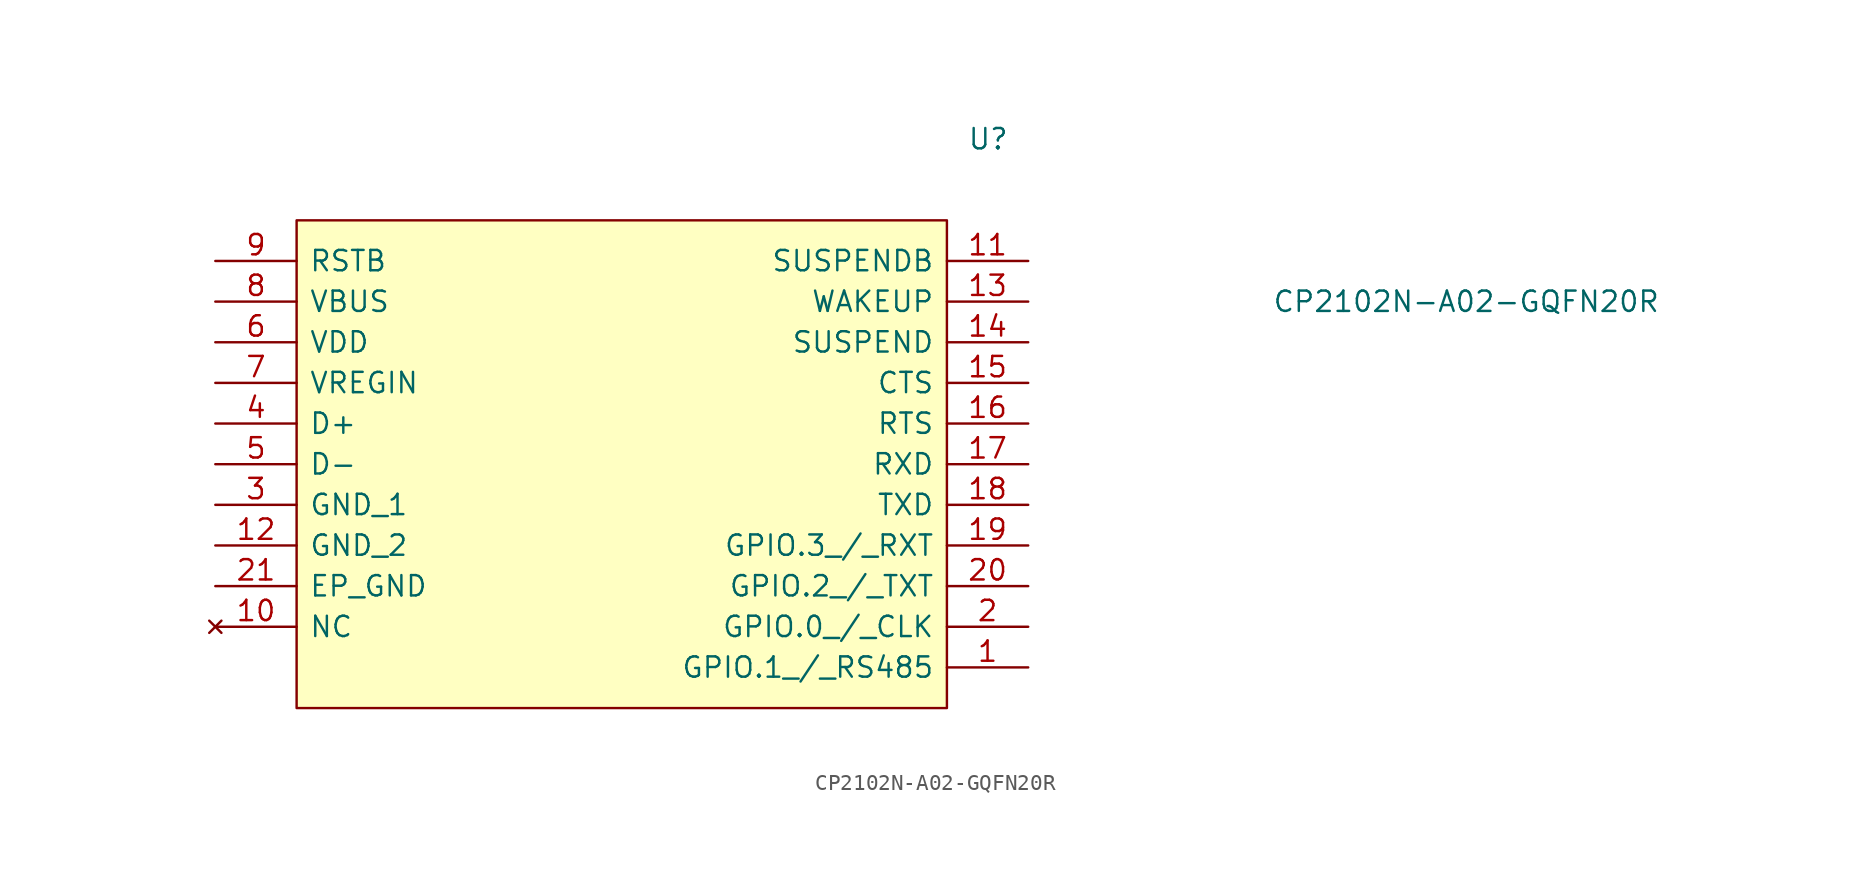
<source format=kicad_sym>
(kicad_symbol_lib
  (version 20211014)
  (generator kicad_symbol_editor)
  (symbol "CP2102N-A02-GQFN20R"
    (pin_names
      (offset 0.762))
    (property "Reference" "U"
      (at 27.94 15.24 0)
      (effects (font (size 1.27 1.27)) (justify left)))
    (property "Value" "CP2102N-A02-GQFN20R"
      (at 46.99 5.08 0)
      (effects (font (size 1.27 1.27)) (justify left)))
    (symbol "CP2102N-A02-GQFN20R_0_0"
      (pin bidirectional line (at 31.75 -17.78 180) (length 5.08) (name "GPIO.1_/_RS485" (effects (font (size 1.27 1.27)))) (number "1" (effects (font (size 1.27 1.27)))))
      (pin no_connect line (at -19.05 -15.24 0) (length 5.08) (name "NC" (effects (font (size 1.27 1.27)))) (number "10" (effects (font (size 1.27 1.27)))))
      (pin output line (at 31.75 7.62 180) (length 5.08) (name "SUSPENDB" (effects (font (size 1.27 1.27)))) (number "11" (effects (font (size 1.27 1.27)))))
      (pin power_in line (at -19.05 -10.16 0) (length 5.08) (name "GND_2" (effects (font (size 1.27 1.27)))) (number "12" (effects (font (size 1.27 1.27)))))
      (pin input line (at 31.75 5.08 180) (length 5.08) (name "WAKEUP" (effects (font (size 1.27 1.27)))) (number "13" (effects (font (size 1.27 1.27)))))
      (pin output line (at 31.75 2.54 180) (length 5.08) (name "SUSPEND" (effects (font (size 1.27 1.27)))) (number "14" (effects (font (size 1.27 1.27)))))
      (pin input line (at 31.75 0 180) (length 5.08) (name "CTS" (effects (font (size 1.27 1.27)))) (number "15" (effects (font (size 1.27 1.27)))))
      (pin output line (at 31.75 -2.54 180) (length 5.08) (name "RTS" (effects (font (size 1.27 1.27)))) (number "16" (effects (font (size 1.27 1.27)))))
      (pin input line (at 31.75 -5.08 180) (length 5.08) (name "RXD" (effects (font (size 1.27 1.27)))) (number "17" (effects (font (size 1.27 1.27)))))
      (pin output line (at 31.75 -7.62 180) (length 5.08) (name "TXD" (effects (font (size 1.27 1.27)))) (number "18" (effects (font (size 1.27 1.27)))))
      (pin bidirectional line (at 31.75 -10.16 180) (length 5.08) (name "GPIO.3_/_RXT" (effects (font (size 1.27 1.27)))) (number "19" (effects (font (size 1.27 1.27)))))
      (pin bidirectional line (at 31.75 -15.24 180) (length 5.08) (name "GPIO.0_/_CLK" (effects (font (size 1.27 1.27)))) (number "2" (effects (font (size 1.27 1.27)))))
      (pin bidirectional line (at 31.75 -12.7 180) (length 5.08) (name "GPIO.2_/_TXT" (effects (font (size 1.27 1.27)))) (number "20" (effects (font (size 1.27 1.27)))))
      (pin power_in line (at -19.05 -12.7 0) (length 5.08) (name "EP_GND" (effects (font (size 1.27 1.27)))) (number "21" (effects (font (size 1.27 1.27)))))
      (pin power_in line (at -19.05 -7.62 0) (length 5.08) (name "GND_1" (effects (font (size 1.27 1.27)))) (number "3" (effects (font (size 1.27 1.27)))))
      (pin bidirectional line (at -19.05 -2.54 0) (length 5.08) (name "D+" (effects (font (size 1.27 1.27)))) (number "4" (effects (font (size 1.27 1.27)))))
      (pin bidirectional line (at -19.05 -5.08 0) (length 5.08) (name "D-" (effects (font (size 1.27 1.27)))) (number "5" (effects (font (size 1.27 1.27)))))
      (pin passive line (at -19.05 2.54 0) (length 5.08) (name "VDD" (effects (font (size 1.27 1.27)))) (number "6" (effects (font (size 1.27 1.27)))))
      (pin power_in line (at -19.05 0 0) (length 5.08) (name "VREGIN" (effects (font (size 1.27 1.27)))) (number "7" (effects (font (size 1.27 1.27)))))
      (pin input line (at -19.05 5.08 0) (length 5.08) (name "VBUS" (effects (font (size 1.27 1.27)))) (number "8" (effects (font (size 1.27 1.27)))))
      (pin input line (at -19.05 7.62 0) (length 5.08) (name "RSTB" (effects (font (size 1.27 1.27)))) (number "9" (effects (font (size 1.27 1.27))))))
    (symbol "CP2102N-A02-GQFN20R_0_1"
      (polyline (pts (xy -13.97 10.16) (xy 26.67 10.16) (xy 26.67 -20.32) (xy -13.97 -20.32) (xy -13.97 10.16)) (stroke (width 0.152) (type default) (color 0 0 0 0)) (fill (type background))))))
</source>
